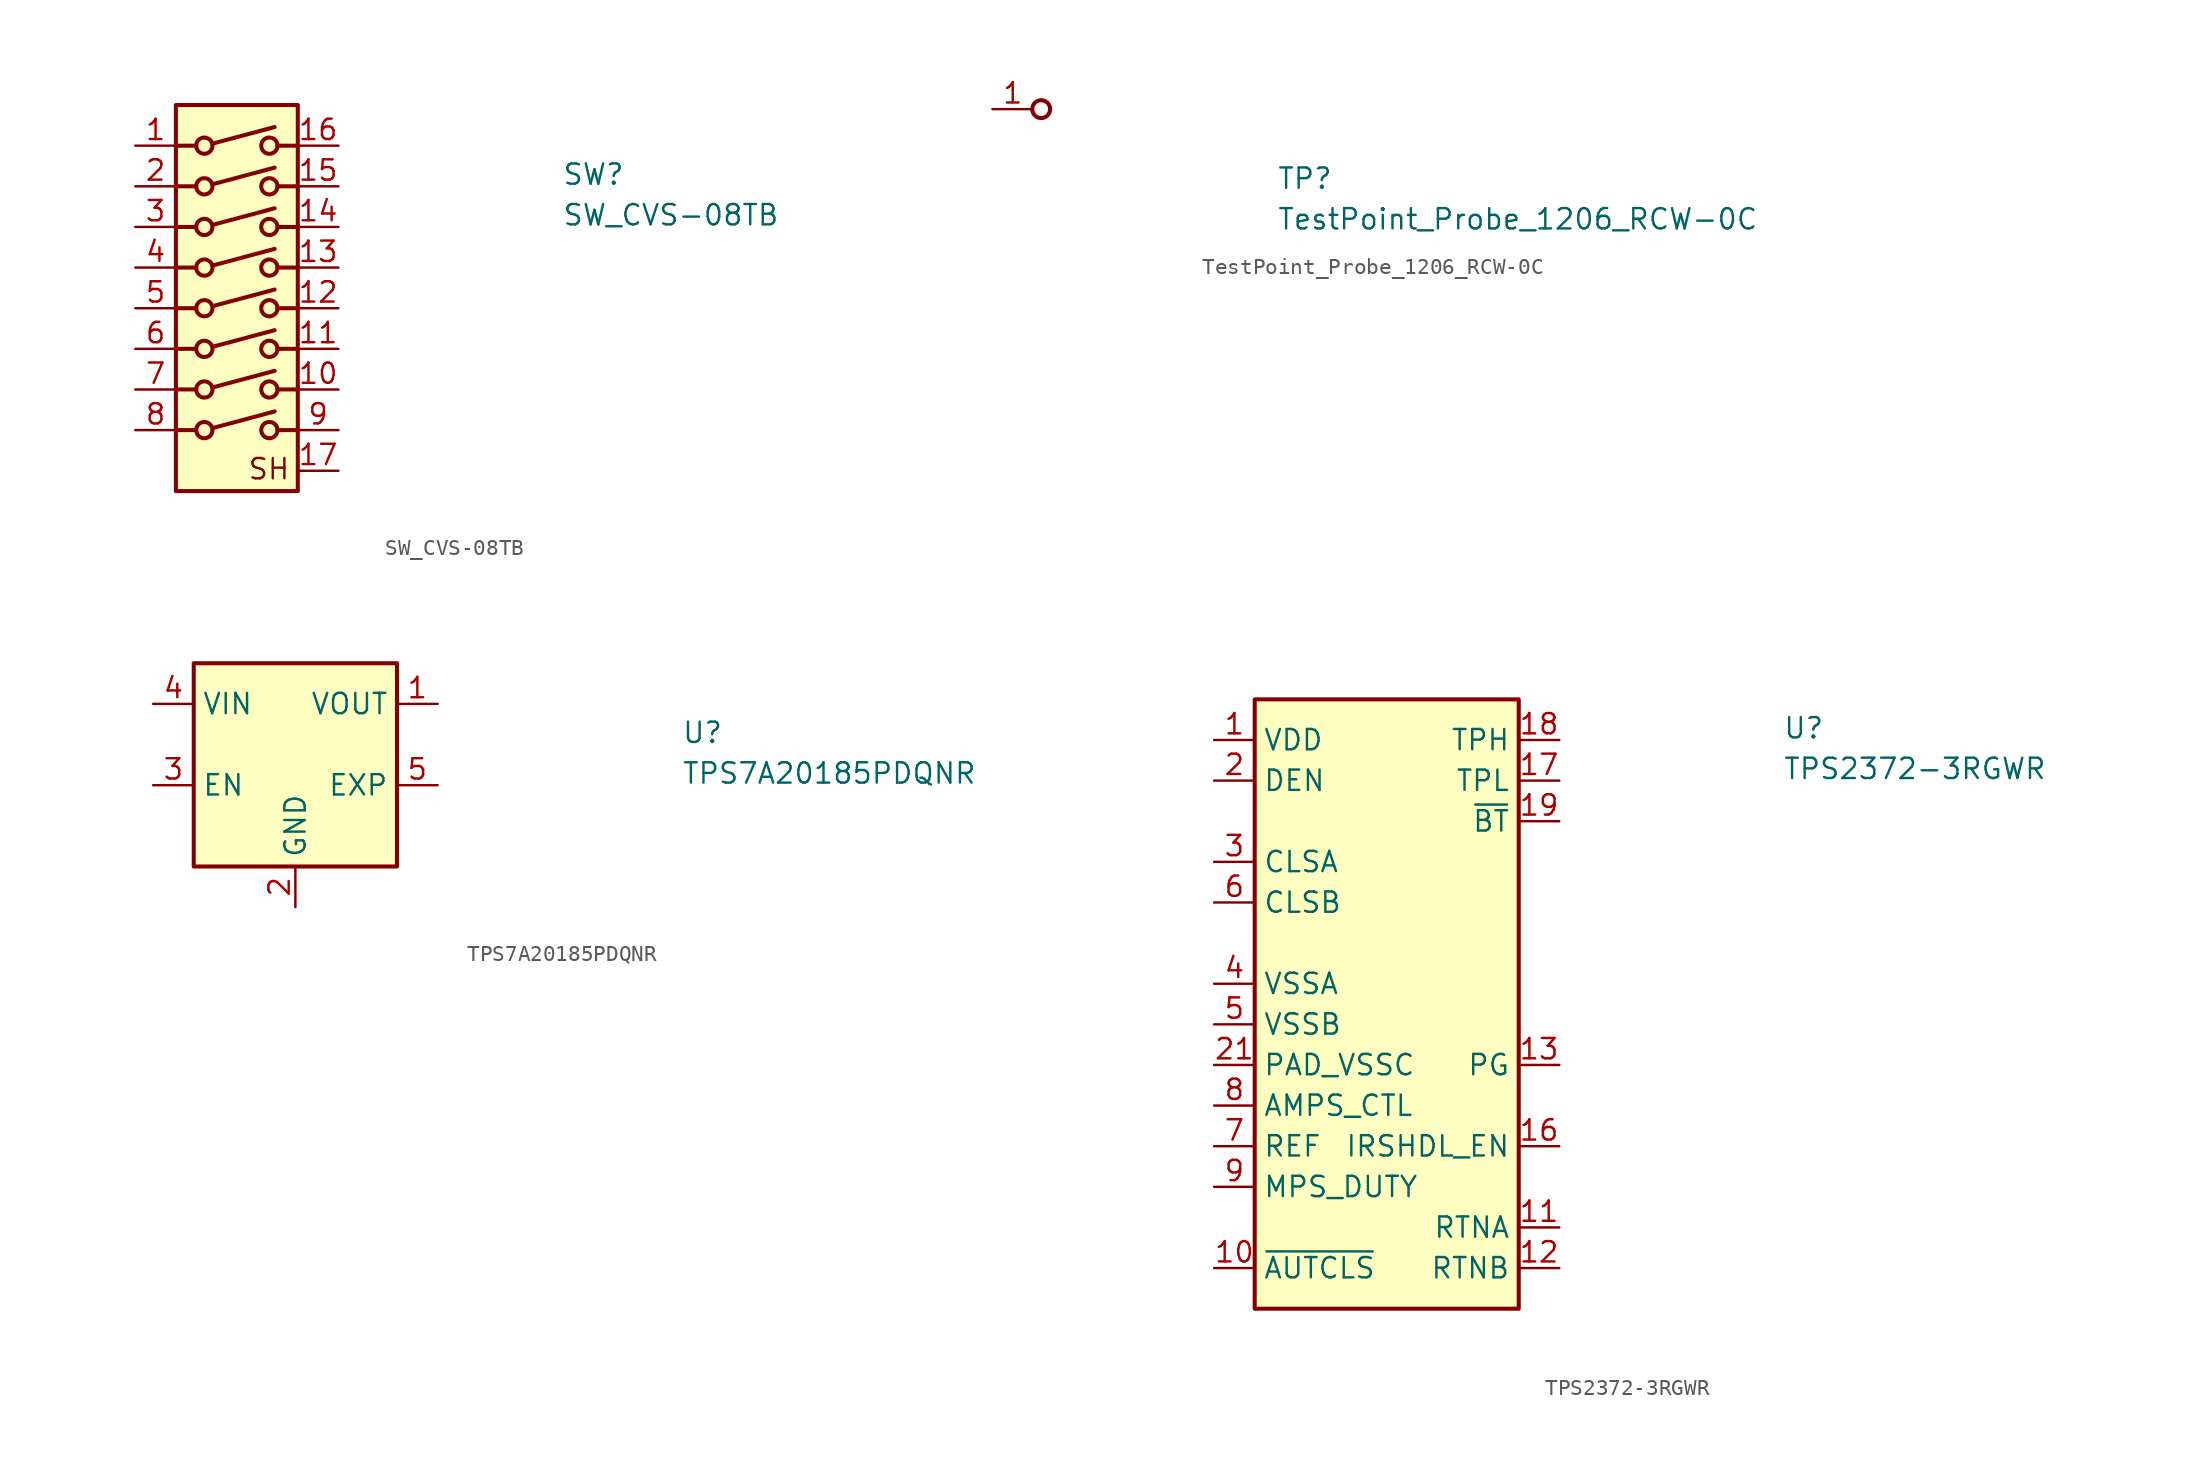
<source format=kicad_sym>
(kicad_symbol_lib
  (version 20211014)
  (generator kicad_symbol_editor)
  (symbol "SW_CVS-08TB"
    (pin_names hide)
    (property "Reference" "SW"
      (at 26.67 -2.54 0)
      (effects (font (size 1.27 1.27) (thickness 0.15)) (justify left bottom)))
    (property "Value" "SW_CVS-08TB"
      (at 26.67 -5.08 0)
      (effects (font (size 1.27 1.27) (thickness 0.15)) (justify left bottom)))
    (symbol "SW_CVS-08TB_1_1"
      (polyline (pts (xy 2.54 -17.78) (xy 3.81 -17.78)) (stroke (width 0.254) (type default) (color 0 0 0 0)) (fill (type none)))
      (polyline (pts (xy 2.54 -12.7) (xy 3.81 -12.7)) (stroke (width 0.254) (type default) (color 0 0 0 0)) (fill (type none)))
      (polyline (pts (xy 2.54 -10.16) (xy 3.81 -10.16)) (stroke (width 0.254) (type default) (color 0 0 0 0)) (fill (type none)))
      (polyline (pts (xy 2.54 -7.62) (xy 3.81 -7.62)) (stroke (width 0.254) (type default) (color 0 0 0 0)) (fill (type none)))
      (polyline (pts (xy 2.54 -5.08) (xy 3.81 -5.08)) (stroke (width 0.254) (type default) (color 0 0 0 0)) (fill (type none)))
      (polyline (pts (xy 2.54 -2.54) (xy 3.81 -2.54)) (stroke (width 0.254) (type default) (color 0 0 0 0)) (fill (type none)))
      (polyline (pts (xy 2.54 0) (xy 3.81 0)) (stroke (width 0.254) (type default) (color 0 0 0 0)) (fill (type none)))
      (polyline (pts (xy 2.543 -15.235) (xy 3.813 -15.235)) (stroke (width 0.254) (type default) (color 0 0 0 0)) (fill (type none)))
      (polyline (pts (xy 4.826 -17.653) (xy 8.712 -16.612)) (stroke (width 0.254) (type default) (color 0 0 0 0)) (fill (type none)))
      (polyline (pts (xy 4.826 -15.113) (xy 8.712 -14.072)) (stroke (width 0.254) (type default) (color 0 0 0 0)) (fill (type none)))
      (polyline (pts (xy 4.826 -12.573) (xy 8.712 -11.532)) (stroke (width 0.254) (type default) (color 0 0 0 0)) (fill (type none)))
      (polyline (pts (xy 4.826 -10.033) (xy 8.712 -8.992)) (stroke (width 0.254) (type default) (color 0 0 0 0)) (fill (type none)))
      (polyline (pts (xy 4.826 -7.493) (xy 8.712 -6.452)) (stroke (width 0.254) (type default) (color 0 0 0 0)) (fill (type none)))
      (polyline (pts (xy 4.826 -4.953) (xy 8.712 -3.912)) (stroke (width 0.254) (type default) (color 0 0 0 0)) (fill (type none)))
      (polyline (pts (xy 4.826 -2.413) (xy 8.712 -1.372)) (stroke (width 0.254) (type default) (color 0 0 0 0)) (fill (type none)))
      (polyline (pts (xy 4.826 0.127) (xy 8.712 1.168)) (stroke (width 0.254) (type default) (color 0 0 0 0)) (fill (type none)))
      (polyline (pts (xy 8.89 -17.78) (xy 10.16 -17.78)) (stroke (width 0.254) (type default) (color 0 0 0 0)) (fill (type none)))
      (polyline (pts (xy 8.89 -12.7) (xy 10.16 -12.7)) (stroke (width 0.254) (type default) (color 0 0 0 0)) (fill (type none)))
      (polyline (pts (xy 8.89 -10.16) (xy 10.16 -10.16)) (stroke (width 0.254) (type default) (color 0 0 0 0)) (fill (type none)))
      (polyline (pts (xy 8.89 -7.62) (xy 10.16 -7.62)) (stroke (width 0.254) (type default) (color 0 0 0 0)) (fill (type none)))
      (polyline (pts (xy 8.89 -5.08) (xy 10.16 -5.08)) (stroke (width 0.254) (type default) (color 0 0 0 0)) (fill (type none)))
      (polyline (pts (xy 8.89 -2.54) (xy 10.16 -2.54)) (stroke (width 0.254) (type default) (color 0 0 0 0)) (fill (type none)))
      (polyline (pts (xy 8.89 0) (xy 10.16 0)) (stroke (width 0.254) (type default) (color 0 0 0 0)) (fill (type none)))
      (polyline (pts (xy 8.893 -15.235) (xy 10.164 -15.235)) (stroke (width 0.254) (type default) (color 0 0 0 0)) (fill (type none)))
      (rectangle (start 2.54 2.54) (end 10.16 -21.59) (stroke (width 0.254) (type default) (color 0 0 0 0)) (fill (type background)))
      (circle (center 4.318 -17.78) (radius 0.508) (stroke (width 0.254) (type default) (color 0 0 0 0)) (fill (type none)))
      (circle (center 4.318 -15.24) (radius 0.508) (stroke (width 0.254) (type default) (color 0 0 0 0)) (fill (type none)))
      (circle (center 4.318 -12.7) (radius 0.508) (stroke (width 0.254) (type default) (color 0 0 0 0)) (fill (type none)))
      (circle (center 4.318 -10.16) (radius 0.508) (stroke (width 0.254) (type default) (color 0 0 0 0)) (fill (type none)))
      (circle (center 4.318 -7.62) (radius 0.508) (stroke (width 0.254) (type default) (color 0 0 0 0)) (fill (type none)))
      (circle (center 4.318 -5.08) (radius 0.508) (stroke (width 0.254) (type default) (color 0 0 0 0)) (fill (type none)))
      (circle (center 4.318 -2.54) (radius 0.508) (stroke (width 0.254) (type default) (color 0 0 0 0)) (fill (type none)))
      (circle (center 4.318 0) (radius 0.508) (stroke (width 0.254) (type default) (color 0 0 0 0)) (fill (type none)))
      (circle (center 8.382 -17.78) (radius 0.508) (stroke (width 0.254) (type default) (color 0 0 0 0)) (fill (type none)))
      (circle (center 8.382 -15.24) (radius 0.508) (stroke (width 0.254) (type default) (color 0 0 0 0)) (fill (type none)))
      (circle (center 8.382 -12.7) (radius 0.508) (stroke (width 0.254) (type default) (color 0 0 0 0)) (fill (type none)))
      (circle (center 8.382 -10.16) (radius 0.508) (stroke (width 0.254) (type default) (color 0 0 0 0)) (fill (type none)))
      (circle (center 8.382 -7.62) (radius 0.508) (stroke (width 0.254) (type default) (color 0 0 0 0)) (fill (type none)))
      (circle (center 8.382 -5.08) (radius 0.508) (stroke (width 0.254) (type default) (color 0 0 0 0)) (fill (type none)))
      (circle (center 8.382 -2.54) (radius 0.508) (stroke (width 0.254) (type default) (color 0 0 0 0)) (fill (type none)))
      (circle (center 8.382 0) (radius 0.508) (stroke (width 0.254) (type default) (color 0 0 0 0)) (fill (type none)))
      (text "SH" (at 6.985 -20.955 0) (effects (font (size 1.27 1.27) (thickness 0.15)) (justify left bottom)))
      (pin passive line (at 0 0 0) (length 2.54) (name "1" (effects (font (size 1.27 1.27)))) (number "1" (effects (font (size 1.27 1.27)))))
      (pin passive line (at 12.7 -15.24 180) (length 2.54) (name "10" (effects (font (size 1.27 1.27)))) (number "10" (effects (font (size 1.27 1.27)))))
      (pin passive line (at 12.7 -12.7 180) (length 2.54) (name "11" (effects (font (size 1.27 1.27)))) (number "11" (effects (font (size 1.27 1.27)))))
      (pin passive line (at 12.7 -10.16 180) (length 2.54) (name "12" (effects (font (size 1.27 1.27)))) (number "12" (effects (font (size 1.27 1.27)))))
      (pin passive line (at 12.7 -7.62 180) (length 2.54) (name "13" (effects (font (size 1.27 1.27)))) (number "13" (effects (font (size 1.27 1.27)))))
      (pin passive line (at 12.7 -5.08 180) (length 2.54) (name "14" (effects (font (size 1.27 1.27)))) (number "14" (effects (font (size 1.27 1.27)))))
      (pin passive line (at 12.7 -2.54 180) (length 2.54) (name "15" (effects (font (size 1.27 1.27)))) (number "15" (effects (font (size 1.27 1.27)))))
      (pin passive line (at 12.7 0 180) (length 2.54) (name "16" (effects (font (size 1.27 1.27)))) (number "16" (effects (font (size 1.27 1.27)))))
      (pin power_in line (at 12.7 -20.32 180) (length 2.54) (name "17" (effects (font (size 1.27 1.27)))) (number "17" (effects (font (size 1.27 1.27)))))
      (pin passive line (at 0 -2.54 0) (length 2.54) (name "2" (effects (font (size 1.27 1.27)))) (number "2" (effects (font (size 1.27 1.27)))))
      (pin passive line (at 0 -5.08 0) (length 2.54) (name "3" (effects (font (size 1.27 1.27)))) (number "3" (effects (font (size 1.27 1.27)))))
      (pin passive line (at 0 -7.62 0) (length 2.54) (name "4" (effects (font (size 1.27 1.27)))) (number "4" (effects (font (size 1.27 1.27)))))
      (pin passive line (at 0 -10.16 0) (length 2.54) (name "5" (effects (font (size 1.27 1.27)))) (number "5" (effects (font (size 1.27 1.27)))))
      (pin passive line (at 0 -12.7 0) (length 2.54) (name "6" (effects (font (size 1.27 1.27)))) (number "6" (effects (font (size 1.27 1.27)))))
      (pin passive line (at 0 -15.24 0) (length 2.54) (name "7" (effects (font (size 1.27 1.27)))) (number "7" (effects (font (size 1.27 1.27)))))
      (pin passive line (at 0 -17.78 0) (length 2.54) (name "8" (effects (font (size 1.27 1.27)))) (number "8" (effects (font (size 1.27 1.27)))))
      (pin passive line (at 12.7 -17.78 180) (length 2.54) (name "9" (effects (font (size 1.27 1.27)))) (number "9" (effects (font (size 1.27 1.27)))))))
  (symbol "TestPoint_Probe_1206_RCW-0C"
    (pin_names hide)
    (property "Reference" "TP"
      (at 17.78 -5.08 0)
      (effects (font (size 1.27 1.27) (thickness 0.15)) (justify left bottom)))
    (property "Value" "TestPoint_Probe_1206_RCW-0C"
      (at 17.78 -7.62 0)
      (effects (font (size 1.27 1.27) (thickness 0.15)) (justify left bottom)))
    (symbol "TestPoint_Probe_1206_RCW-0C_1_1"
      (circle (center 3.048 0) (radius 0.559) (stroke (width 0.254) (type default) (color 0 0 0 0)) (fill (type none)))
      (pin passive line (at 0 0 0) (length 2.54) (name "1" (effects (font (size 1.27 1.27)))) (number "1" (effects (font (size 1.27 1.27)))))))
  (symbol "TPS7A20185PDQNR"
    (property "Reference" "U"
      (at 33.02 -2.54 0)
      (effects (font (size 1.27 1.27) (thickness 0.15)) (justify left bottom)))
    (property "Value" "TPS7A20185PDQNR"
      (at 33.02 -5.08 0)
      (effects (font (size 1.27 1.27) (thickness 0.15)) (justify left bottom)))
    (symbol "TPS7A20185PDQNR_1_1"
      (rectangle (start 2.54 2.54) (end 15.24 -10.16) (stroke (width 0.254) (type default) (color 0 0 0 0)) (fill (type background)))
      (pin output line (at 17.78 0 180) (length 2.54) (name "VOUT" (effects (font (size 1.27 1.27)))) (number "1" (effects (font (size 1.27 1.27)))))
      (pin power_in line (at 8.89 -12.7 90) (length 2.54) (name "GND" (effects (font (size 1.27 1.27)))) (number "2" (effects (font (size 1.27 1.27)))))
      (pin input line (at 0 -5.08 0) (length 2.54) (name "EN" (effects (font (size 1.27 1.27)))) (number "3" (effects (font (size 1.27 1.27)))))
      (pin input line (at 0 0 0) (length 2.54) (name "VIN" (effects (font (size 1.27 1.27)))) (number "4" (effects (font (size 1.27 1.27)))))
      (pin passive line (at 17.78 -5.08 180) (length 2.54) (name "EXP" (effects (font (size 1.27 1.27)))) (number "5" (effects (font (size 1.27 1.27)))))))
  (symbol "TPS2372-3RGWR"
    (property "Reference" "U"
      (at 35.56 0 0)
      (effects (font (size 1.27 1.27) (thickness 0.15)) (justify left bottom)))
    (property "Value" "TPS2372-3RGWR"
      (at 35.56 -2.54 0)
      (effects (font (size 1.27 1.27) (thickness 0.15)) (justify left bottom)))
    (symbol "TPS2372-3RGWR_1_1"
      (rectangle (start 2.54 2.54) (end 19.05 -35.56) (stroke (width 0.254) (type default) (color 0 0 0 0)) (fill (type background)))
      (pin power_in line (at 0 0 0) (length 2.54) (name "VDD" (effects (font (size 1.27 1.27)))) (number "1" (effects (font (size 1.27 1.27)))))
      (pin input line (at 0 -33.02 0) (length 2.54) (name "~{AUTCLS}" (effects (font (size 1.27 1.27)))) (number "10" (effects (font (size 1.27 1.27)))))
      (pin output line (at 21.59 -30.48 180) (length 2.54) (name "RTNA" (effects (font (size 1.27 1.27)))) (number "11" (effects (font (size 1.27 1.27)))))
      (pin output line (at 21.59 -33.02 180) (length 2.54) (name "RTNB" (effects (font (size 1.27 1.27)))) (number "12" (effects (font (size 1.27 1.27)))))
      (pin output line (at 21.59 -20.32 180) (length 2.54) (name "PG" (effects (font (size 1.27 1.27)))) (number "13" (effects (font (size 1.27 1.27)))))
      (pin no_connect line (at 19.05 -15.24 180) (length 2.54) hide (name "NC" (effects (font (size 1.27 1.27)))) (number "14" (effects (font (size 1.27 1.27)))))
      (pin no_connect line (at 19.05 -12.7 180) (length 2.54) hide (name "NC" (effects (font (size 1.27 1.27)))) (number "15" (effects (font (size 1.27 1.27)))))
      (pin output line (at 21.59 -25.4 180) (length 2.54) (name "IRSHDL_EN" (effects (font (size 1.27 1.27)))) (number "16" (effects (font (size 1.27 1.27)))))
      (pin output line (at 21.59 -2.54 180) (length 2.54) (name "TPL" (effects (font (size 1.27 1.27)))) (number "17" (effects (font (size 1.27 1.27)))))
      (pin output line (at 21.59 0 180) (length 2.54) (name "TPH" (effects (font (size 1.27 1.27)))) (number "18" (effects (font (size 1.27 1.27)))))
      (pin output line (at 21.59 -5.08 180) (length 2.54) (name "~{BT}" (effects (font (size 1.27 1.27)))) (number "19" (effects (font (size 1.27 1.27)))))
      (pin input line (at 0 -2.54 0) (length 2.54) (name "DEN" (effects (font (size 1.27 1.27)))) (number "2" (effects (font (size 1.27 1.27)))))
      (pin no_connect line (at 19.05 -10.16 180) (length 2.54) hide (name "NC" (effects (font (size 1.27 1.27)))) (number "20" (effects (font (size 1.27 1.27)))))
      (pin power_in line (at 0 -20.32 0) (length 2.54) (name "PAD_VSSC" (effects (font (size 1.27 1.27)))) (number "21" (effects (font (size 1.27 1.27)))))
      (pin input line (at 0 -7.62 0) (length 2.54) (name "CLSA" (effects (font (size 1.27 1.27)))) (number "3" (effects (font (size 1.27 1.27)))))
      (pin power_in line (at 0 -15.24 0) (length 2.54) (name "VSSA" (effects (font (size 1.27 1.27)))) (number "4" (effects (font (size 1.27 1.27)))))
      (pin power_in line (at 0 -17.78 0) (length 2.54) (name "VSSB" (effects (font (size 1.27 1.27)))) (number "5" (effects (font (size 1.27 1.27)))))
      (pin input line (at 0 -10.16 0) (length 2.54) (name "CLSB" (effects (font (size 1.27 1.27)))) (number "6" (effects (font (size 1.27 1.27)))))
      (pin input line (at 0 -25.4 0) (length 2.54) (name "REF" (effects (font (size 1.27 1.27)))) (number "7" (effects (font (size 1.27 1.27)))))
      (pin input line (at 0 -22.86 0) (length 2.54) (name "AMPS_CTL" (effects (font (size 1.27 1.27)))) (number "8" (effects (font (size 1.27 1.27)))))
      (pin input line (at 0 -27.94 0) (length 2.54) (name "MPS_DUTY" (effects (font (size 1.27 1.27)))) (number "9" (effects (font (size 1.27 1.27))))))))
</source>
